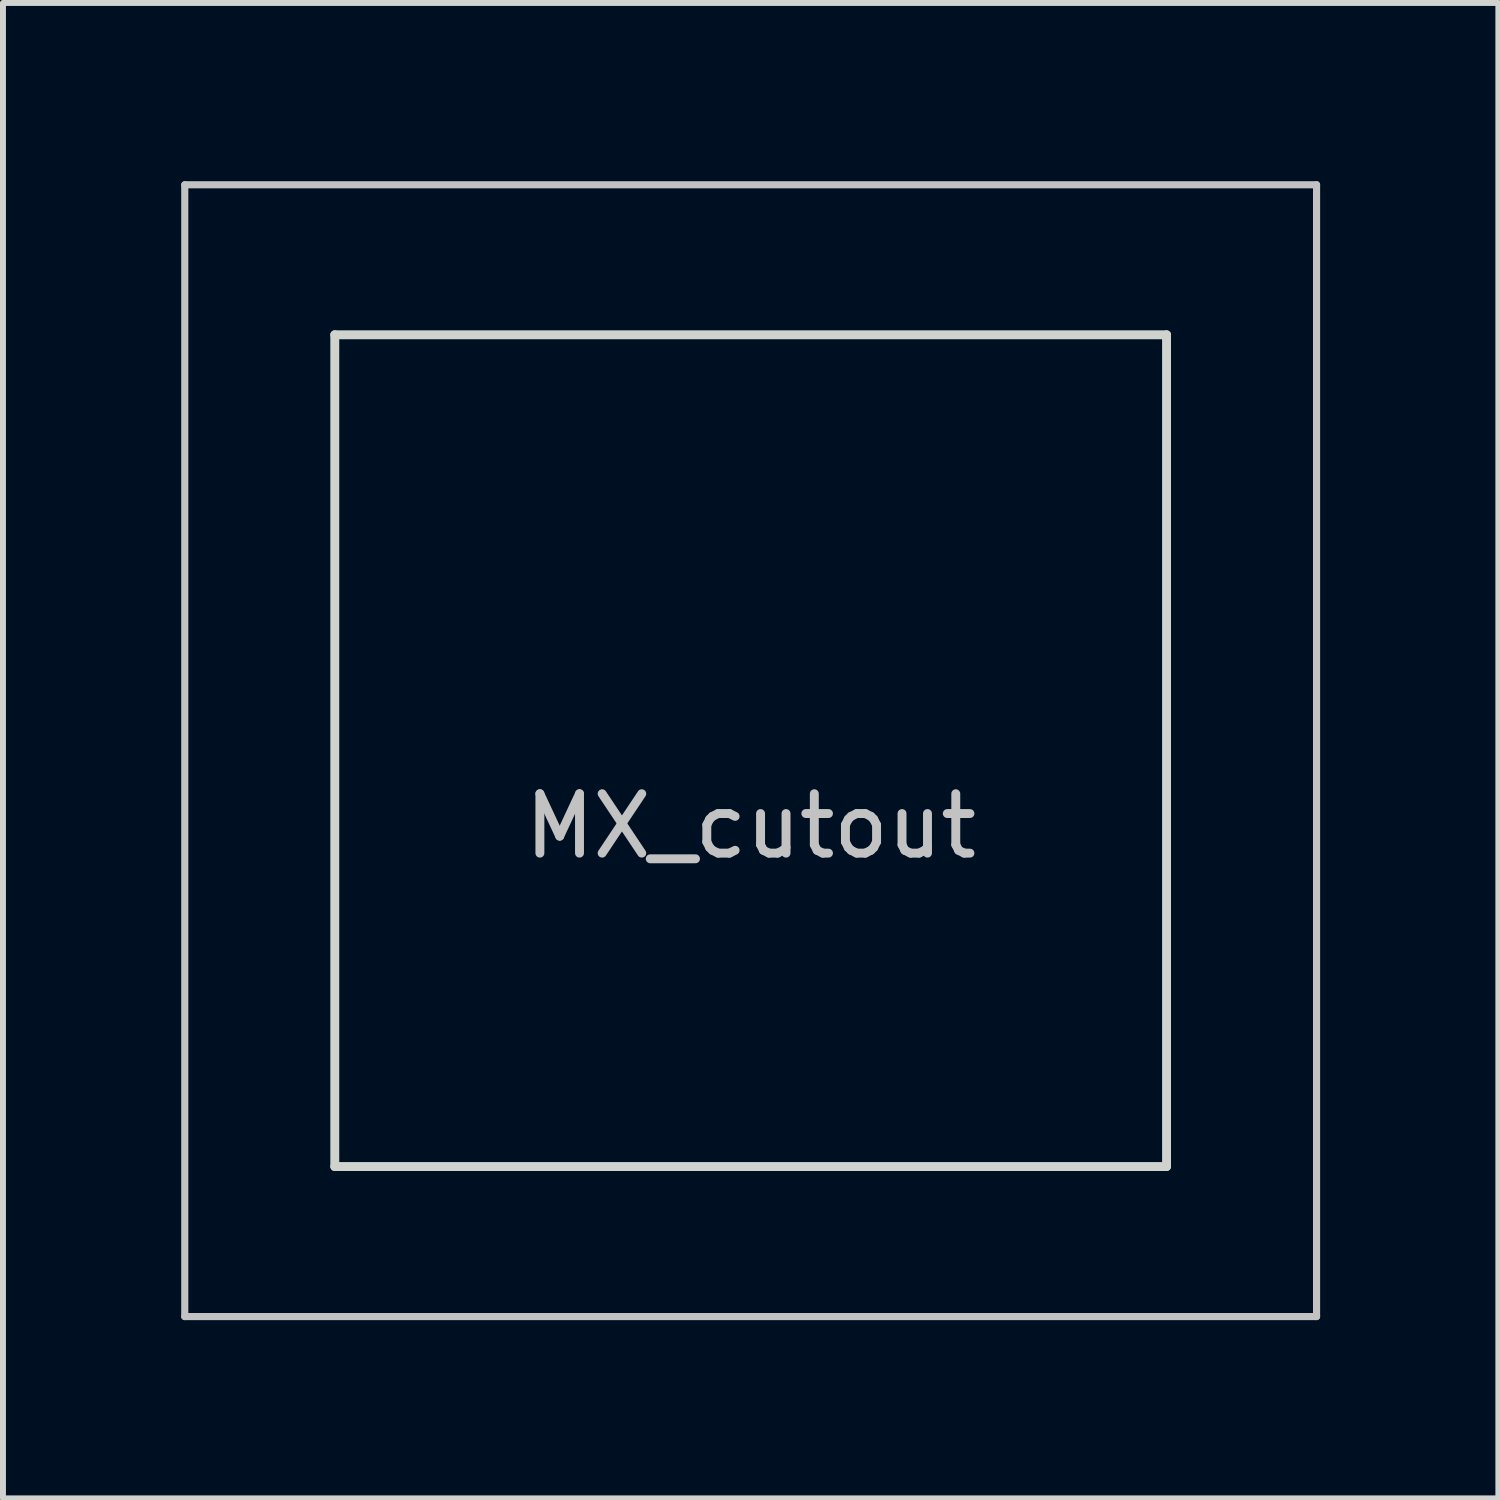
<source format=kicad_pcb>
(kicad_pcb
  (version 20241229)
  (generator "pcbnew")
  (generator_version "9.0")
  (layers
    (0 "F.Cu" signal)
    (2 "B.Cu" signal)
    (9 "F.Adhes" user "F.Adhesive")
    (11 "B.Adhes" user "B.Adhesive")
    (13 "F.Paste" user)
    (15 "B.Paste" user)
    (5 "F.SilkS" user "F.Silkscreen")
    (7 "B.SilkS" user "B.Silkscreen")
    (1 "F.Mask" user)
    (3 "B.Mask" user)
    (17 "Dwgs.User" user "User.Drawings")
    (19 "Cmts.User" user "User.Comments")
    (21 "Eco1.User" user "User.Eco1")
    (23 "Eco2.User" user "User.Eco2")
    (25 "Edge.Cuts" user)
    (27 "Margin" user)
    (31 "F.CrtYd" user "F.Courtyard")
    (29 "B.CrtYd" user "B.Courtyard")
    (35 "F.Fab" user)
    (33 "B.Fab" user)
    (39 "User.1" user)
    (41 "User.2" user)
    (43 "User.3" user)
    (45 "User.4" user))
  (footprint "MX_cutout"
    (layer "F.Cu")
    (at 9.585 9.585)
    (property "Reference" "MX_cutout" (at 0 1.27 0) (layer "Dwgs.User") (effects (font (size 1 1) (thickness 0.15))))
    (fp_line (start -9.525 -9.525) (end 9.525 -9.525) (stroke (width 0.12) (type solid)) (layer "Dwgs.User"))
    (fp_line (start -9.525 9.525) (end -9.525 -9.525) (stroke (width 0.12) (type solid)) (layer "Dwgs.User"))
    (fp_line (start 9.525 -9.525) (end 9.525 9.525) (stroke (width 0.12) (type solid)) (layer "Dwgs.User"))
    (fp_line (start 9.525 9.525) (end -9.525 9.525) (stroke (width 0.12) (type solid)) (layer "Dwgs.User"))
    (fp_line (start -7 -7) (end 7 -7) (stroke (width 0.15) (type solid)) (layer "Edge.Cuts"))
    (fp_line (start -7 7) (end -7 -7) (stroke (width 0.15) (type solid)) (layer "Edge.Cuts"))
    (fp_line (start -7 7) (end 7 7) (stroke (width 0.15) (type solid)) (layer "Edge.Cuts"))
    (fp_line (start 7 7) (end 7 -7) (stroke (width 0.15) (type solid)) (layer "Edge.Cuts")))
  (gr_rect
    (start -3 -3)
    (end 22.17 22.17)
    (stroke (width 0.1) (type default))
    (fill no)
    (layer "Edge.Cuts")))
</source>
